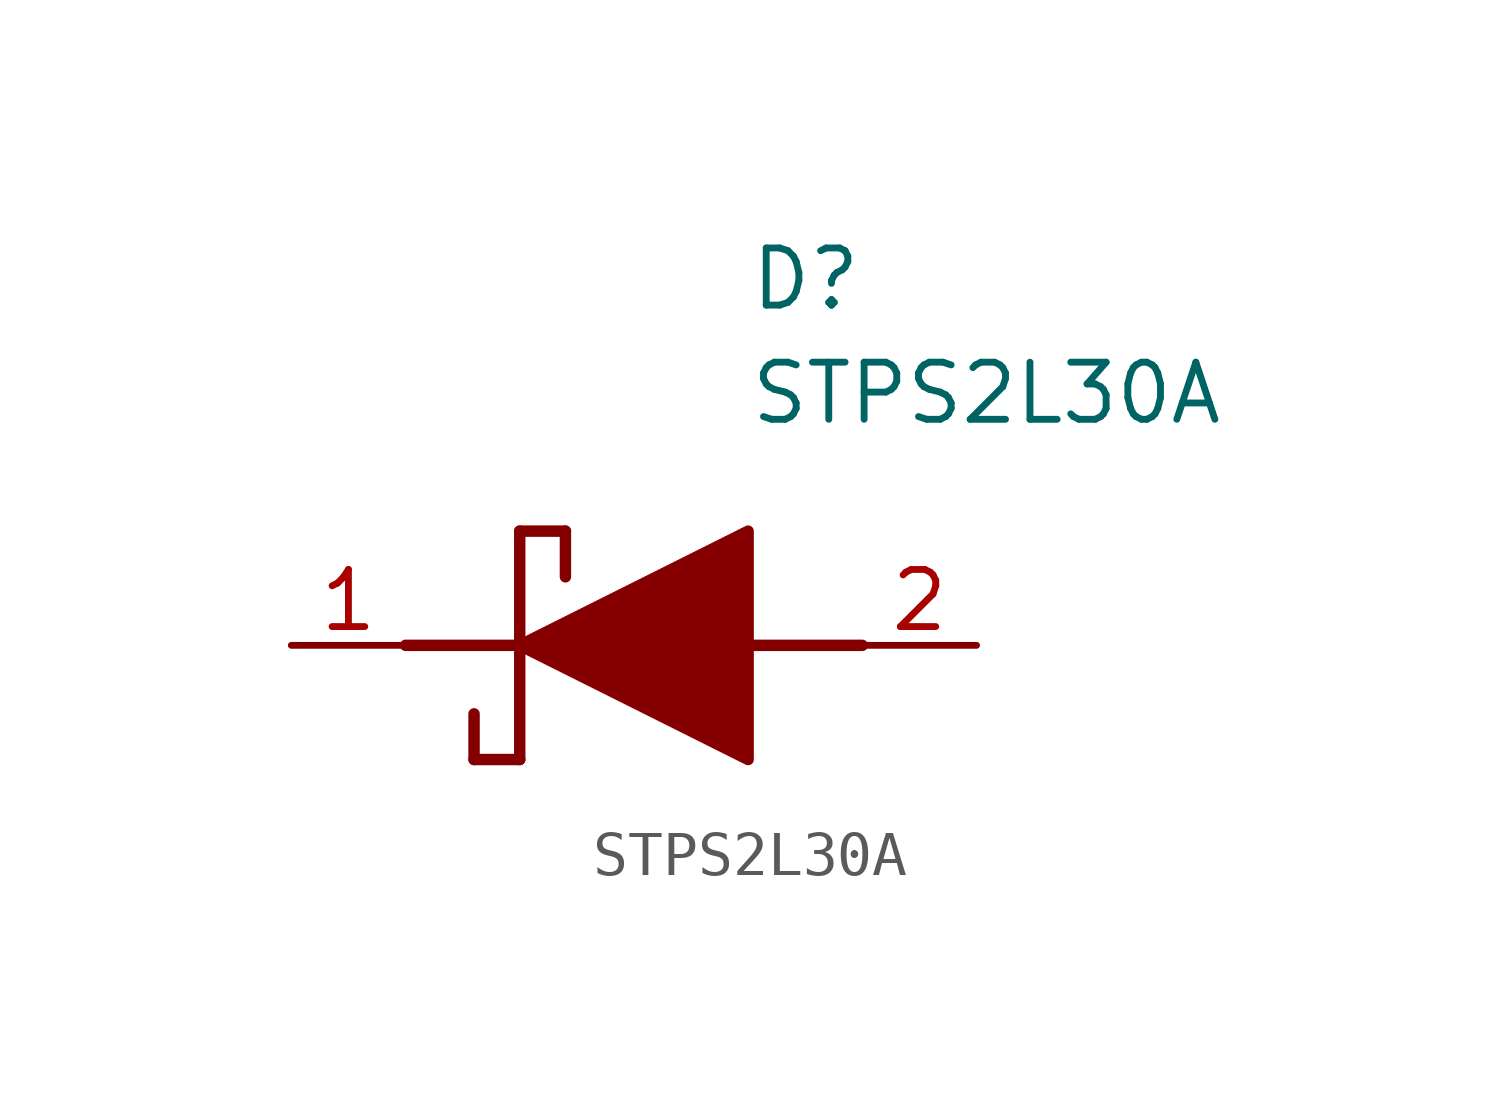
<source format=kicad_sym>
(kicad_symbol_lib
  (version 20211014)
  (generator SamacSys_ECAD_Model)
  (symbol "STPS2L30A"
    (pin_names hide)
    (property "Reference" "D"
      (at 12.7 8.89 0)
      (effects (font (size 1.27 1.27)) (justify left top)))
    (property "Value" "STPS2L30A"
      (at 12.7 6.35 0)
      (effects (font (size 1.27 1.27)) (justify left top)))
    (polyline
      (pts (xy 7.62 2.54) (xy 7.62 -2.54))
      (stroke (width 0.254) (type default))
      (fill (type none)))
    (polyline
      (pts (xy 7.62 2.54) (xy 8.636 2.54))
      (stroke (width 0.254) (type default))
      (fill (type none)))
    (polyline
      (pts (xy 8.636 1.524) (xy 8.636 2.54))
      (stroke (width 0.254) (type default))
      (fill (type none)))
    (polyline
      (pts (xy 7.62 -2.54) (xy 6.604 -2.54))
      (stroke (width 0.254) (type default))
      (fill (type none)))
    (polyline
      (pts (xy 6.604 -1.524) (xy 6.604 -2.54))
      (stroke (width 0.254) (type default))
      (fill (type none)))
    (polyline
      (pts (xy 5.08 0) (xy 7.62 0))
      (stroke (width 0.254) (type default))
      (fill (type none)))
    (polyline
      (pts (xy 12.7 0) (xy 15.24 0))
      (stroke (width 0.254) (type default))
      (fill (type none)))
    (polyline
      (pts (xy 7.62 0) (xy 12.7 2.54) (xy 12.7 -2.54) (xy 7.62 0))
      (stroke (width 0.254) (type default))
      (fill (type outline)))
    (pin passive line
      (at 2.54 0 0)
      (length 2.54)
      (name "K" (effects (font (size 1.27 1.27))))
      (number "1" (effects (font (size 1.27 1.27)))))
    (pin passive line
      (at 17.78 0 180)
      (length 2.54)
      (name "A" (effects (font (size 1.27 1.27))))
      (number "2" (effects (font (size 1.27 1.27)))))))
</source>
